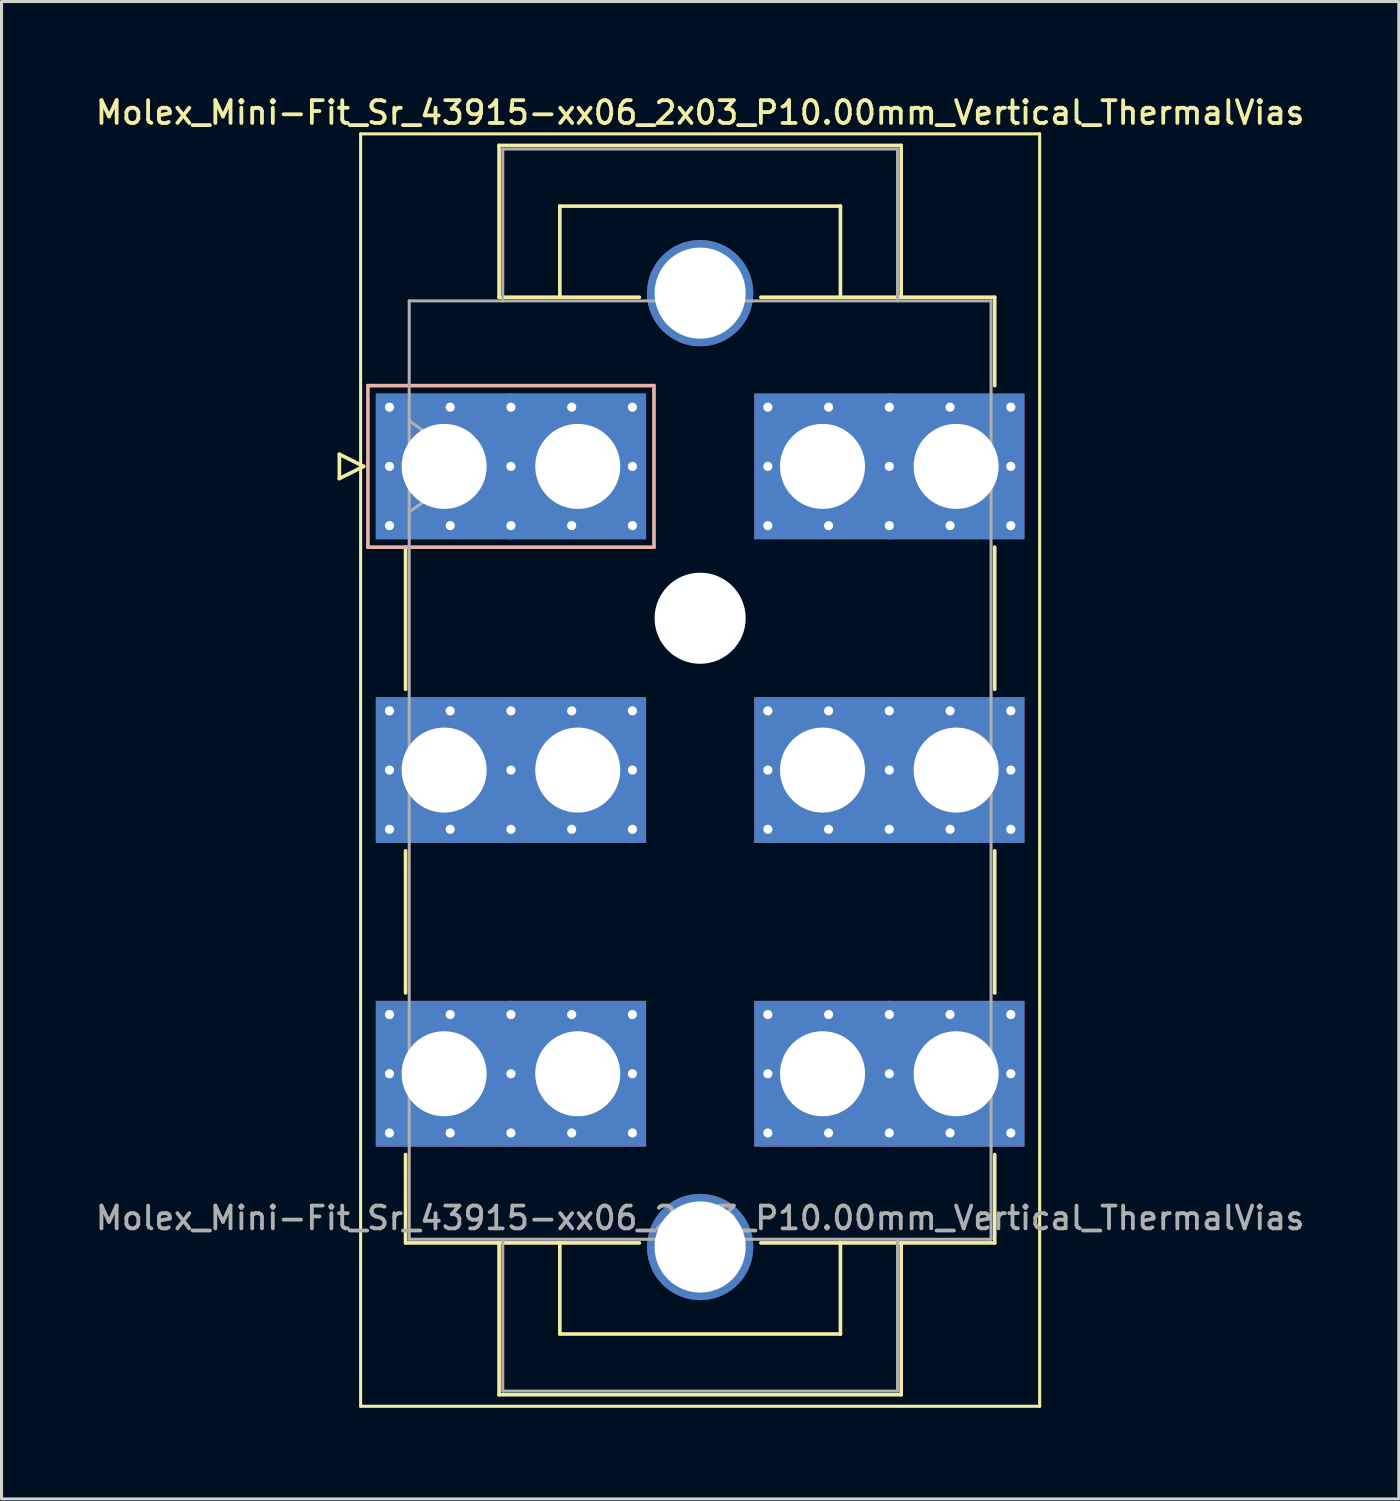
<source format=kicad_pcb>
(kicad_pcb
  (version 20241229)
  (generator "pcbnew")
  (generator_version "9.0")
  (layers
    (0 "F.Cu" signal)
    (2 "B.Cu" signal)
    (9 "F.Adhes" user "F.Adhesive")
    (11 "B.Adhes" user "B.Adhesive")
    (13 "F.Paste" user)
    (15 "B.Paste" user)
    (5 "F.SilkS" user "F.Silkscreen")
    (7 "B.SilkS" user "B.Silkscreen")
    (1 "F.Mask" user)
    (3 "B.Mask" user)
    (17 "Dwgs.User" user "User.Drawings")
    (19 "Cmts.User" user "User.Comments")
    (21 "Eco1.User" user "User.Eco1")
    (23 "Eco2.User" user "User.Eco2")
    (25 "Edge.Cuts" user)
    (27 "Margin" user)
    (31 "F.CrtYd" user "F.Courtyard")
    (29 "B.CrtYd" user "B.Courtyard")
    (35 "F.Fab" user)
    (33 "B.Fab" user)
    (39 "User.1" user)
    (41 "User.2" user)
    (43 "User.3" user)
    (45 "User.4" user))
  (footprint "Molex_Mini-Fit_Sr_43915-xx06_2x03_P10.00mm_Vertical_ThermalVias"
    (layer "F.Cu")
    (at 11.575 12.308)
    (property "Reference" "Molex_Mini-Fit_Sr_43915-xx06_2x03_P10.00mm_Vertical_ThermalVias" (at 8.43 -11.65 0) (layer "F.SilkS") (effects (font (size 0.75 0.75) (thickness 0.125))))
    (attr through_hole)
    (fp_line (start -3.45 -0.4) (end -3.45 0.4) (stroke (width 0.12) (type solid)) (layer "F.SilkS"))
    (fp_line (start -3.45 0.4) (end -2.65 0) (stroke (width 0.12) (type solid)) (layer "F.SilkS"))
    (fp_line (start -2.75 -10.95) (end -2.75 30.95) (stroke (width 0.1) (type solid)) (layer "F.SilkS"))
    (fp_line (start -2.75 30.95) (end 19.61 30.95) (stroke (width 0.1) (type solid)) (layer "F.SilkS"))
    (fp_line (start -2.65 0) (end -3.45 -0.4) (stroke (width 0.12) (type solid)) (layer "F.SilkS"))
    (fp_line (start -1.27 2.66) (end -1.27 7.34) (stroke (width 0.12) (type solid)) (layer "F.SilkS"))
    (fp_line (start -1.27 12.66) (end -1.27 17.34) (stroke (width 0.12) (type solid)) (layer "F.SilkS"))
    (fp_line (start -1.27 22.66) (end -1.27 25.57) (stroke (width 0.12) (type solid)) (layer "F.SilkS"))
    (fp_line (start -1.27 25.57) (end 6.43 25.57) (stroke (width 0.12) (type solid)) (layer "F.SilkS"))
    (fp_line (start 1.81 -10.57) (end 15.05 -10.57) (stroke (width 0.12) (type solid)) (layer "F.SilkS"))
    (fp_line (start 1.81 -5.57) (end 1.81 -10.57) (stroke (width 0.12) (type solid)) (layer "F.SilkS"))
    (fp_line (start 1.81 25.57) (end 1.81 30.57) (stroke (width 0.12) (type solid)) (layer "F.SilkS"))
    (fp_line (start 1.81 30.57) (end 15.05 30.57) (stroke (width 0.12) (type solid)) (layer "F.SilkS"))
    (fp_line (start 3.81 -8.57) (end 13.05 -8.57) (stroke (width 0.12) (type solid)) (layer "F.SilkS"))
    (fp_line (start 3.81 -5.57) (end 3.81 -8.57) (stroke (width 0.12) (type solid)) (layer "F.SilkS"))
    (fp_line (start 3.81 25.57) (end 3.81 28.57) (stroke (width 0.12) (type solid)) (layer "F.SilkS"))
    (fp_line (start 3.81 28.57) (end 13.05 28.57) (stroke (width 0.12) (type solid)) (layer "F.SilkS"))
    (fp_line (start 6.43 -5.57) (end 1.81 -5.57) (stroke (width 0.12) (type solid)) (layer "F.SilkS"))
    (fp_line (start 13.05 -8.57) (end 13.05 -5.57) (stroke (width 0.12) (type solid)) (layer "F.SilkS"))
    (fp_line (start 13.05 28.57) (end 13.05 25.57) (stroke (width 0.12) (type solid)) (layer "F.SilkS"))
    (fp_line (start 15.05 -10.57) (end 15.05 -5.57) (stroke (width 0.12) (type solid)) (layer "F.SilkS"))
    (fp_line (start 15.05 30.57) (end 15.05 25.57) (stroke (width 0.12) (type solid)) (layer "F.SilkS"))
    (fp_line (start 18.13 -5.57) (end 10.43 -5.57) (stroke (width 0.12) (type solid)) (layer "F.SilkS"))
    (fp_line (start 18.13 -2.66) (end 18.13 -5.57) (stroke (width 0.12) (type solid)) (layer "F.SilkS"))
    (fp_line (start 18.13 2.66) (end 18.13 7.34) (stroke (width 0.12) (type solid)) (layer "F.SilkS"))
    (fp_line (start 18.13 12.66) (end 18.13 17.34) (stroke (width 0.12) (type solid)) (layer "F.SilkS"))
    (fp_line (start 18.13 22.66) (end 18.13 25.57) (stroke (width 0.12) (type solid)) (layer "F.SilkS"))
    (fp_line (start 18.13 25.57) (end 10.43 25.57) (stroke (width 0.12) (type solid)) (layer "F.SilkS"))
    (fp_line (start 19.61 -10.95) (end -2.75 -10.95) (stroke (width 0.1) (type solid)) (layer "F.SilkS"))
    (fp_line (start 19.61 30.95) (end 19.61 -10.95) (stroke (width 0.1) (type solid)) (layer "F.SilkS"))
    (fp_line (start -2.51 -2.66) (end -2.51 2.66) (stroke (width 0.12) (type solid)) (layer "B.SilkS"))
    (fp_line (start -2.51 2.66) (end 6.91 2.66) (stroke (width 0.12) (type solid)) (layer "B.SilkS"))
    (fp_line (start 6.91 -2.66) (end -2.51 -2.66) (stroke (width 0.12) (type solid)) (layer "B.SilkS"))
    (fp_line (start 6.91 2.66) (end 6.91 -2.66) (stroke (width 0.12) (type solid)) (layer "B.SilkS"))
    (fp_line (start -1.15 -5.45) (end -1.15 25.45) (stroke (width 0.1) (type solid)) (layer "F.Fab"))
    (fp_line (start -1.15 -1.5) (end 0.971 0) (stroke (width 0.1) (type solid)) (layer "F.Fab"))
    (fp_line (start -1.15 25.45) (end 18.01 25.45) (stroke (width 0.1) (type solid)) (layer "F.Fab"))
    (fp_line (start 0.971 0) (end -1.15 1.5) (stroke (width 0.1) (type solid)) (layer "F.Fab"))
    (fp_line (start 1.93 -10.45) (end 14.93 -10.45) (stroke (width 0.1) (type solid)) (layer "F.Fab"))
    (fp_line (start 1.93 -5.45) (end 1.93 -10.45) (stroke (width 0.1) (type solid)) (layer "F.Fab"))
    (fp_line (start 1.93 25.45) (end 1.93 30.45) (stroke (width 0.1) (type solid)) (layer "F.Fab"))
    (fp_line (start 1.93 30.45) (end 14.93 30.45) (stroke (width 0.1) (type solid)) (layer "F.Fab"))
    (fp_line (start 14.93 -10.45) (end 14.93 -5.45) (stroke (width 0.1) (type solid)) (layer "F.Fab"))
    (fp_line (start 14.93 30.45) (end 14.93 25.45) (stroke (width 0.1) (type solid)) (layer "F.Fab"))
    (fp_line (start 18.01 -5.45) (end -1.15 -5.45) (stroke (width 0.1) (type solid)) (layer "F.Fab"))
    (fp_line (start 18.01 25.45) (end 18.01 -5.45) (stroke (width 0.1) (type solid)) (layer "F.Fab"))
    (fp_text user "${REFERENCE}" (at 8.43 24.75 0) (layer "F.Fab") (effects (font (size 0.75 0.75) (thickness 0.125))))
    (pad "" thru_hole circle (at 8.43 -5.705) (size 3.5 3.5) (drill 3) (layers "*.Cu" "*.Mask"))
    (pad "" np_thru_hole circle (at 8.43 5) (size 3 3) (drill 3) (layers "*.Cu" "*.Mask"))
    (pad "" thru_hole circle (at 8.43 25.705) (size 3.5 3.5) (drill 3) (layers "*.Cu" "*.Mask"))
    (pad "1" thru_hole roundrect (at -1.8 -1.95) (size 0.6 0.6) (drill 0.3) (layers "*.Cu" "*.Mask") (roundrect_rratio 0.25))
    (pad "1" thru_hole roundrect (at -1.8 0) (size 0.6 0.6) (drill 0.3) (layers "*.Cu" "*.Mask") (roundrect_rratio 0.25))
    (pad "1" thru_hole roundrect (at -1.8 1.95) (size 0.6 0.6) (drill 0.3) (layers "*.Cu" "*.Mask") (roundrect_rratio 0.25))
    (pad "1" thru_hole rect (at 0 0) (size 4.5 4.8) (drill 2.8) (layers "*.Cu" "*.Mask"))
    (pad "1" thru_hole roundrect (at 0.2 -1.95) (size 0.6 0.6) (drill 0.3) (layers "*.Cu" "*.Mask") (roundrect_rratio 0.25))
    (pad "1" thru_hole roundrect (at 0.2 1.95) (size 0.6 0.6) (drill 0.3) (layers "*.Cu" "*.Mask") (roundrect_rratio 0.25))
    (pad "1" thru_hole roundrect (at 2.2 -1.95) (size 0.6 0.6) (drill 0.3) (layers "*.Cu" "*.Mask") (roundrect_rratio 0.25))
    (pad "1" thru_hole roundrect (at 2.2 0) (size 0.6 0.6) (drill 0.3) (layers "*.Cu" "*.Mask") (roundrect_rratio 0.25))
    (pad "1" thru_hole roundrect (at 2.2 1.95) (size 0.6 0.6) (drill 0.3) (layers "*.Cu" "*.Mask") (roundrect_rratio 0.25))
    (pad "1" thru_hole roundrect (at 4.2 -1.95) (size 0.6 0.6) (drill 0.3) (layers "*.Cu" "*.Mask") (roundrect_rratio 0.25))
    (pad "1" thru_hole roundrect (at 4.2 1.95) (size 0.6 0.6) (drill 0.3) (layers "*.Cu" "*.Mask") (roundrect_rratio 0.25))
    (pad "1" thru_hole rect (at 4.4 0) (size 4.5 4.8) (drill 2.8) (layers "*.Cu" "*.Mask"))
    (pad "1" thru_hole roundrect (at 6.2 -1.95) (size 0.6 0.6) (drill 0.3) (layers "*.Cu" "*.Mask") (roundrect_rratio 0.25))
    (pad "1" thru_hole roundrect (at 6.2 0) (size 0.6 0.6) (drill 0.3) (layers "*.Cu" "*.Mask") (roundrect_rratio 0.25))
    (pad "1" thru_hole roundrect (at 6.2 1.95) (size 0.6 0.6) (drill 0.3) (layers "*.Cu" "*.Mask") (roundrect_rratio 0.25))
    (pad "2" thru_hole circle (at -1.8 8.05) (size 0.6 0.6) (drill 0.3) (layers "*.Cu" "*.Mask"))
    (pad "2" thru_hole circle (at -1.8 10) (size 0.6 0.6) (drill 0.3) (layers "*.Cu" "*.Mask"))
    (pad "2" thru_hole circle (at -1.8 11.95) (size 0.6 0.6) (drill 0.3) (layers "*.Cu" "*.Mask"))
    (pad "2" thru_hole rect (at 0 10) (size 4.5 4.8) (drill 2.8) (layers "*.Cu" "*.Mask"))
    (pad "2" thru_hole circle (at 0.2 8.05) (size 0.6 0.6) (drill 0.3) (layers "*.Cu" "*.Mask"))
    (pad "2" thru_hole circle (at 0.2 11.95) (size 0.6 0.6) (drill 0.3) (layers "*.Cu" "*.Mask"))
    (pad "2" thru_hole circle (at 2.2 8.05) (size 0.6 0.6) (drill 0.3) (layers "*.Cu" "*.Mask"))
    (pad "2" thru_hole circle (at 2.2 10) (size 0.6 0.6) (drill 0.3) (layers "*.Cu" "*.Mask"))
    (pad "2" thru_hole circle (at 2.2 11.95) (size 0.6 0.6) (drill 0.3) (layers "*.Cu" "*.Mask"))
    (pad "2" thru_hole circle (at 4.2 8.05) (size 0.6 0.6) (drill 0.3) (layers "*.Cu" "*.Mask"))
    (pad "2" thru_hole circle (at 4.2 11.95) (size 0.6 0.6) (drill 0.3) (layers "*.Cu" "*.Mask"))
    (pad "2" thru_hole rect (at 4.4 10) (size 4.5 4.8) (drill 2.8) (layers "*.Cu" "*.Mask"))
    (pad "2" thru_hole circle (at 6.2 8.05) (size 0.6 0.6) (drill 0.3) (layers "*.Cu" "*.Mask"))
    (pad "2" thru_hole circle (at 6.2 10) (size 0.6 0.6) (drill 0.3) (layers "*.Cu" "*.Mask"))
    (pad "2" thru_hole circle (at 6.2 11.95) (size 0.6 0.6) (drill 0.3) (layers "*.Cu" "*.Mask"))
    (pad "3" thru_hole circle (at -1.8 18.05) (size 0.6 0.6) (drill 0.3) (layers "*.Cu" "*.Mask"))
    (pad "3" thru_hole circle (at -1.8 20) (size 0.6 0.6) (drill 0.3) (layers "*.Cu" "*.Mask"))
    (pad "3" thru_hole circle (at -1.8 21.95) (size 0.6 0.6) (drill 0.3) (layers "*.Cu" "*.Mask"))
    (pad "3" thru_hole rect (at 0 20) (size 4.5 4.8) (drill 2.8) (layers "*.Cu" "*.Mask"))
    (pad "3" thru_hole circle (at 0.2 18.05) (size 0.6 0.6) (drill 0.3) (layers "*.Cu" "*.Mask"))
    (pad "3" thru_hole circle (at 0.2 21.95) (size 0.6 0.6) (drill 0.3) (layers "*.Cu" "*.Mask"))
    (pad "3" thru_hole circle (at 2.2 18.05) (size 0.6 0.6) (drill 0.3) (layers "*.Cu" "*.Mask"))
    (pad "3" thru_hole circle (at 2.2 20) (size 0.6 0.6) (drill 0.3) (layers "*.Cu" "*.Mask"))
    (pad "3" thru_hole circle (at 2.2 21.95) (size 0.6 0.6) (drill 0.3) (layers "*.Cu" "*.Mask"))
    (pad "3" thru_hole circle (at 4.2 18.05) (size 0.6 0.6) (drill 0.3) (layers "*.Cu" "*.Mask"))
    (pad "3" thru_hole circle (at 4.2 21.95) (size 0.6 0.6) (drill 0.3) (layers "*.Cu" "*.Mask"))
    (pad "3" thru_hole rect (at 4.4 20) (size 4.5 4.8) (drill 2.8) (layers "*.Cu" "*.Mask"))
    (pad "3" thru_hole circle (at 6.2 18.05) (size 0.6 0.6) (drill 0.3) (layers "*.Cu" "*.Mask"))
    (pad "3" thru_hole circle (at 6.2 20) (size 0.6 0.6) (drill 0.3) (layers "*.Cu" "*.Mask"))
    (pad "3" thru_hole circle (at 6.2 21.95) (size 0.6 0.6) (drill 0.3) (layers "*.Cu" "*.Mask"))
    (pad "4" thru_hole circle (at 10.66 -1.95) (size 0.6 0.6) (drill 0.3) (layers "*.Cu" "*.Mask"))
    (pad "4" thru_hole circle (at 10.66 0) (size 0.6 0.6) (drill 0.3) (layers "*.Cu" "*.Mask"))
    (pad "4" thru_hole circle (at 10.66 1.95) (size 0.6 0.6) (drill 0.3) (layers "*.Cu" "*.Mask"))
    (pad "4" thru_hole rect (at 12.46 0) (size 4.5 4.8) (drill 2.8) (layers "*.Cu" "*.Mask"))
    (pad "4" thru_hole circle (at 12.66 -1.95) (size 0.6 0.6) (drill 0.3) (layers "*.Cu" "*.Mask"))
    (pad "4" thru_hole circle (at 12.66 1.95) (size 0.6 0.6) (drill 0.3) (layers "*.Cu" "*.Mask"))
    (pad "4" thru_hole circle (at 14.66 -1.95) (size 0.6 0.6) (drill 0.3) (layers "*.Cu" "*.Mask"))
    (pad "4" thru_hole circle (at 14.66 0) (size 0.6 0.6) (drill 0.3) (layers "*.Cu" "*.Mask"))
    (pad "4" thru_hole circle (at 14.66 1.95) (size 0.6 0.6) (drill 0.3) (layers "*.Cu" "*.Mask"))
    (pad "4" thru_hole circle (at 16.66 -1.95) (size 0.6 0.6) (drill 0.3) (layers "*.Cu" "*.Mask"))
    (pad "4" thru_hole circle (at 16.66 1.95) (size 0.6 0.6) (drill 0.3) (layers "*.Cu" "*.Mask"))
    (pad "4" thru_hole rect (at 16.86 0) (size 4.5 4.8) (drill 2.8) (layers "*.Cu" "*.Mask"))
    (pad "4" thru_hole circle (at 18.66 -1.95) (size 0.6 0.6) (drill 0.3) (layers "*.Cu" "*.Mask"))
    (pad "4" thru_hole circle (at 18.66 0) (size 0.6 0.6) (drill 0.3) (layers "*.Cu" "*.Mask"))
    (pad "4" thru_hole circle (at 18.66 1.95) (size 0.6 0.6) (drill 0.3) (layers "*.Cu" "*.Mask"))
    (pad "5" thru_hole circle (at 10.66 8.05) (size 0.6 0.6) (drill 0.3) (layers "*.Cu" "*.Mask"))
    (pad "5" thru_hole circle (at 10.66 10) (size 0.6 0.6) (drill 0.3) (layers "*.Cu" "*.Mask"))
    (pad "5" thru_hole circle (at 10.66 11.95) (size 0.6 0.6) (drill 0.3) (layers "*.Cu" "*.Mask"))
    (pad "5" thru_hole rect (at 12.46 10) (size 4.5 4.8) (drill 2.8) (layers "*.Cu" "*.Mask"))
    (pad "5" thru_hole circle (at 12.66 8.05) (size 0.6 0.6) (drill 0.3) (layers "*.Cu" "*.Mask"))
    (pad "5" thru_hole circle (at 12.66 11.95) (size 0.6 0.6) (drill 0.3) (layers "*.Cu" "*.Mask"))
    (pad "5" thru_hole circle (at 14.66 8.05) (size 0.6 0.6) (drill 0.3) (layers "*.Cu" "*.Mask"))
    (pad "5" thru_hole circle (at 14.66 10) (size 0.6 0.6) (drill 0.3) (layers "*.Cu" "*.Mask"))
    (pad "5" thru_hole circle (at 14.66 11.95) (size 0.6 0.6) (drill 0.3) (layers "*.Cu" "*.Mask"))
    (pad "5" thru_hole circle (at 16.66 8.05) (size 0.6 0.6) (drill 0.3) (layers "*.Cu" "*.Mask"))
    (pad "5" thru_hole circle (at 16.66 11.95) (size 0.6 0.6) (drill 0.3) (layers "*.Cu" "*.Mask"))
    (pad "5" thru_hole rect (at 16.86 10) (size 4.5 4.8) (drill 2.8) (layers "*.Cu" "*.Mask"))
    (pad "5" thru_hole circle (at 18.66 8.05) (size 0.6 0.6) (drill 0.3) (layers "*.Cu" "*.Mask"))
    (pad "5" thru_hole circle (at 18.66 10) (size 0.6 0.6) (drill 0.3) (layers "*.Cu" "*.Mask"))
    (pad "5" thru_hole circle (at 18.66 11.95) (size 0.6 0.6) (drill 0.3) (layers "*.Cu" "*.Mask"))
    (pad "6" thru_hole circle (at 10.66 18.05) (size 0.6 0.6) (drill 0.3) (layers "*.Cu" "*.Mask"))
    (pad "6" thru_hole circle (at 10.66 20) (size 0.6 0.6) (drill 0.3) (layers "*.Cu" "*.Mask"))
    (pad "6" thru_hole circle (at 10.66 21.95) (size 0.6 0.6) (drill 0.3) (layers "*.Cu" "*.Mask"))
    (pad "6" thru_hole rect (at 12.46 20) (size 4.5 4.8) (drill 2.8) (layers "*.Cu" "*.Mask"))
    (pad "6" thru_hole circle (at 12.66 18.05) (size 0.6 0.6) (drill 0.3) (layers "*.Cu" "*.Mask"))
    (pad "6" thru_hole circle (at 12.66 21.95) (size 0.6 0.6) (drill 0.3) (layers "*.Cu" "*.Mask"))
    (pad "6" thru_hole circle (at 14.66 18.05) (size 0.6 0.6) (drill 0.3) (layers "*.Cu" "*.Mask"))
    (pad "6" thru_hole circle (at 14.66 20) (size 0.6 0.6) (drill 0.3) (layers "*.Cu" "*.Mask"))
    (pad "6" thru_hole circle (at 14.66 21.95) (size 0.6 0.6) (drill 0.3) (layers "*.Cu" "*.Mask"))
    (pad "6" thru_hole circle (at 16.66 18.05) (size 0.6 0.6) (drill 0.3) (layers "*.Cu" "*.Mask"))
    (pad "6" thru_hole circle (at 16.66 21.95) (size 0.6 0.6) (drill 0.3) (layers "*.Cu" "*.Mask"))
    (pad "6" thru_hole rect (at 16.86 20) (size 4.5 4.8) (drill 2.8) (layers "*.Cu" "*.Mask"))
    (pad "6" thru_hole circle (at 18.66 18.05) (size 0.6 0.6) (drill 0.3) (layers "*.Cu" "*.Mask"))
    (pad "6" thru_hole circle (at 18.66 20) (size 0.6 0.6) (drill 0.3) (layers "*.Cu" "*.Mask"))
    (pad "6" thru_hole circle (at 18.66 21.95) (size 0.6 0.6) (drill 0.3) (layers "*.Cu" "*.Mask")))
  (gr_rect
    (start -3 -3)
    (end 43.011 46.308)
    (stroke (width 0.1) (type default))
    (fill no)
    (layer "Edge.Cuts")))
</source>
